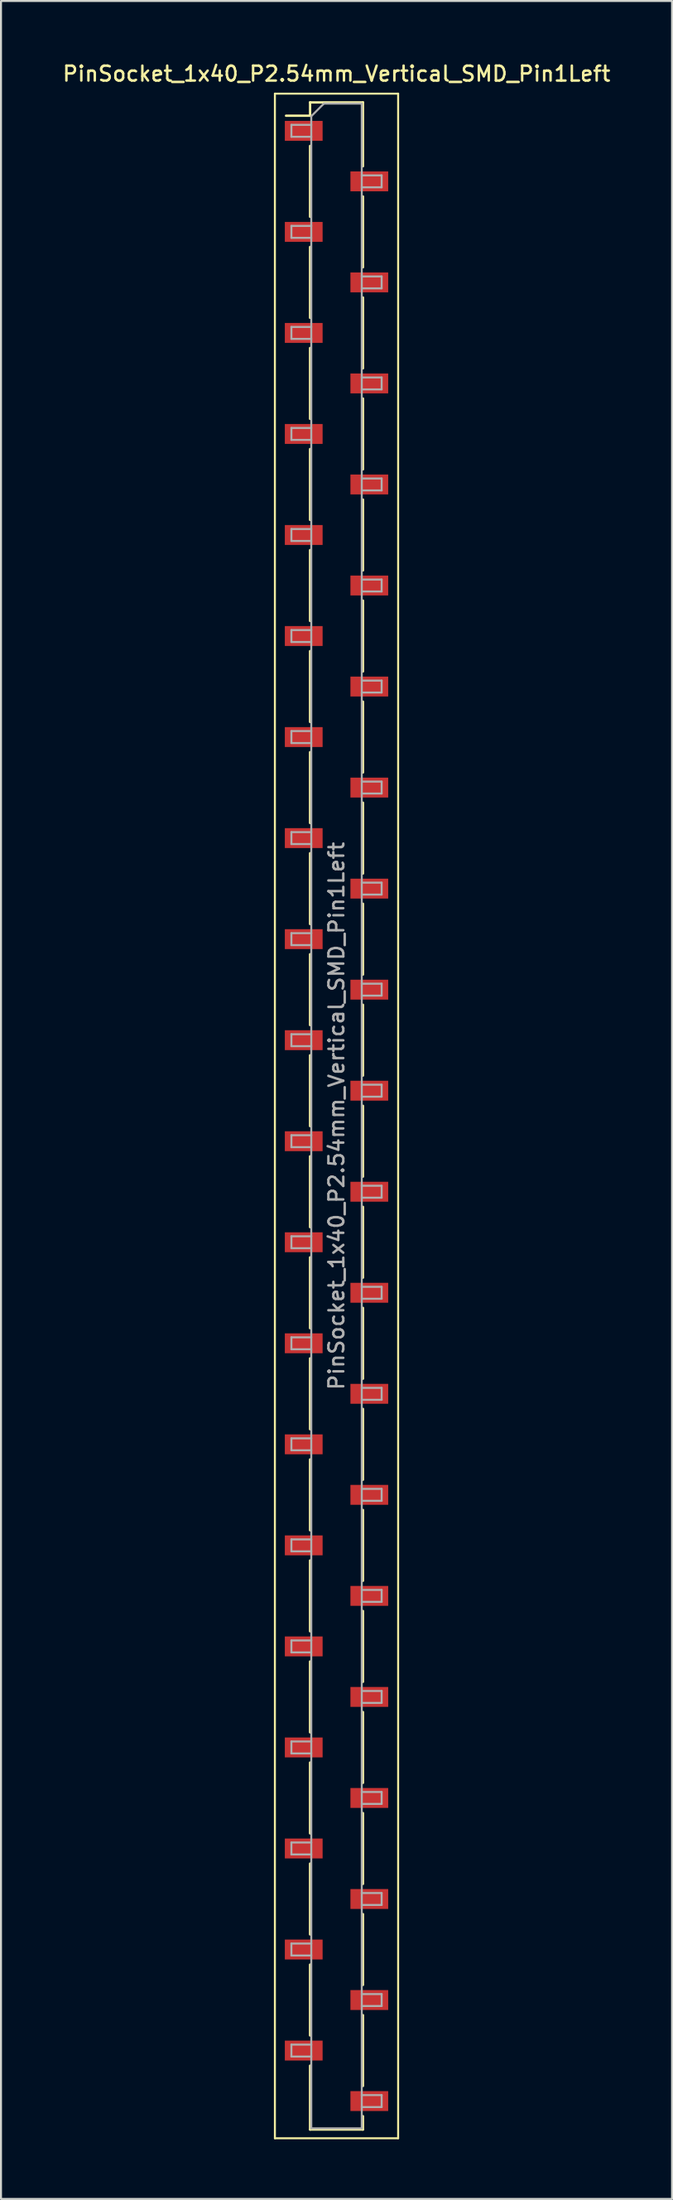
<source format=kicad_pcb>
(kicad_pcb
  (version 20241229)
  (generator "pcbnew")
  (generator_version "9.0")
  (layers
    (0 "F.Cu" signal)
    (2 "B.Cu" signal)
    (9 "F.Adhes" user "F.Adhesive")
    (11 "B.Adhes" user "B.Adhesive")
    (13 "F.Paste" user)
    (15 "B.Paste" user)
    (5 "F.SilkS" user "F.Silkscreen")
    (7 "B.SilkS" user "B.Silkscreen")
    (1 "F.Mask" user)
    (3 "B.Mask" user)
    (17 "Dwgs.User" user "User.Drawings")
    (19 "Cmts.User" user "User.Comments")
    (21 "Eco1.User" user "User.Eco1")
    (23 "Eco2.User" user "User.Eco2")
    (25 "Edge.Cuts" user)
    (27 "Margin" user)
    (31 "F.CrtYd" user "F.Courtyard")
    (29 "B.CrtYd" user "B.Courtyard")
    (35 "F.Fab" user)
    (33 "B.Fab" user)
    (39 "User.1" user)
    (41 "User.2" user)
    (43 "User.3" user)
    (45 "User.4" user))
  (footprint "PinSocket_1x40_P2.54mm_Vertical_SMD_Pin1Left"
    (layer "F.Cu")
    (at 13.88 53.058)
    (property "Reference" "PinSocket_1x40_P2.54mm_Vertical_SMD_Pin1Left" (at 0 -52.4 0) (layer "F.SilkS") (effects (font (size 0.75 0.75) (thickness 0.125))))
    (attr smd)
    (fp_line (start -3.1 -51.4) (end 3.1 -51.4) (stroke (width 0.1) (type solid)) (layer "F.SilkS"))
    (fp_line (start -3.1 51.4) (end -3.1 -51.4) (stroke (width 0.1) (type solid)) (layer "F.SilkS"))
    (fp_line (start -2.54 -50.29) (end -1.33 -50.29) (stroke (width 0.12) (type solid)) (layer "F.SilkS"))
    (fp_line (start -1.33 -50.96) (end -1.33 -50.29) (stroke (width 0.12) (type solid)) (layer "F.SilkS"))
    (fp_line (start -1.33 -50.96) (end 1.33 -50.96) (stroke (width 0.12) (type solid)) (layer "F.SilkS"))
    (fp_line (start -1.33 -48.77) (end -1.33 -45.21) (stroke (width 0.12) (type solid)) (layer "F.SilkS"))
    (fp_line (start -1.33 -43.69) (end -1.33 -40.13) (stroke (width 0.12) (type solid)) (layer "F.SilkS"))
    (fp_line (start -1.33 -38.61) (end -1.33 -35.05) (stroke (width 0.12) (type solid)) (layer "F.SilkS"))
    (fp_line (start -1.33 -33.53) (end -1.33 -29.97) (stroke (width 0.12) (type solid)) (layer "F.SilkS"))
    (fp_line (start -1.33 -28.45) (end -1.33 -24.89) (stroke (width 0.12) (type solid)) (layer "F.SilkS"))
    (fp_line (start -1.33 -23.37) (end -1.33 -19.81) (stroke (width 0.12) (type solid)) (layer "F.SilkS"))
    (fp_line (start -1.33 -18.29) (end -1.33 -14.73) (stroke (width 0.12) (type solid)) (layer "F.SilkS"))
    (fp_line (start -1.33 -13.21) (end -1.33 -9.65) (stroke (width 0.12) (type solid)) (layer "F.SilkS"))
    (fp_line (start -1.33 -8.13) (end -1.33 -4.57) (stroke (width 0.12) (type solid)) (layer "F.SilkS"))
    (fp_line (start -1.33 -3.05) (end -1.33 0.51) (stroke (width 0.12) (type solid)) (layer "F.SilkS"))
    (fp_line (start -1.33 2.03) (end -1.33 5.59) (stroke (width 0.12) (type solid)) (layer "F.SilkS"))
    (fp_line (start -1.33 7.11) (end -1.33 10.67) (stroke (width 0.12) (type solid)) (layer "F.SilkS"))
    (fp_line (start -1.33 12.19) (end -1.33 15.75) (stroke (width 0.12) (type solid)) (layer "F.SilkS"))
    (fp_line (start -1.33 17.27) (end -1.33 20.83) (stroke (width 0.12) (type solid)) (layer "F.SilkS"))
    (fp_line (start -1.33 22.35) (end -1.33 25.91) (stroke (width 0.12) (type solid)) (layer "F.SilkS"))
    (fp_line (start -1.33 27.43) (end -1.33 30.99) (stroke (width 0.12) (type solid)) (layer "F.SilkS"))
    (fp_line (start -1.33 32.51) (end -1.33 36.07) (stroke (width 0.12) (type solid)) (layer "F.SilkS"))
    (fp_line (start -1.33 37.59) (end -1.33 41.15) (stroke (width 0.12) (type solid)) (layer "F.SilkS"))
    (fp_line (start -1.33 42.67) (end -1.33 46.23) (stroke (width 0.12) (type solid)) (layer "F.SilkS"))
    (fp_line (start -1.33 47.75) (end -1.33 50.96) (stroke (width 0.12) (type solid)) (layer "F.SilkS"))
    (fp_line (start -1.33 50.96) (end 1.33 50.96) (stroke (width 0.12) (type solid)) (layer "F.SilkS"))
    (fp_line (start 1.33 -50.96) (end 1.33 -47.75) (stroke (width 0.12) (type solid)) (layer "F.SilkS"))
    (fp_line (start 1.33 -46.23) (end 1.33 -42.67) (stroke (width 0.12) (type solid)) (layer "F.SilkS"))
    (fp_line (start 1.33 -41.15) (end 1.33 -37.59) (stroke (width 0.12) (type solid)) (layer "F.SilkS"))
    (fp_line (start 1.33 -36.07) (end 1.33 -32.51) (stroke (width 0.12) (type solid)) (layer "F.SilkS"))
    (fp_line (start 1.33 -30.99) (end 1.33 -27.43) (stroke (width 0.12) (type solid)) (layer "F.SilkS"))
    (fp_line (start 1.33 -25.91) (end 1.33 -22.35) (stroke (width 0.12) (type solid)) (layer "F.SilkS"))
    (fp_line (start 1.33 -20.83) (end 1.33 -17.27) (stroke (width 0.12) (type solid)) (layer "F.SilkS"))
    (fp_line (start 1.33 -15.75) (end 1.33 -12.19) (stroke (width 0.12) (type solid)) (layer "F.SilkS"))
    (fp_line (start 1.33 -10.67) (end 1.33 -7.11) (stroke (width 0.12) (type solid)) (layer "F.SilkS"))
    (fp_line (start 1.33 -5.59) (end 1.33 -2.03) (stroke (width 0.12) (type solid)) (layer "F.SilkS"))
    (fp_line (start 1.33 -0.51) (end 1.33 3.05) (stroke (width 0.12) (type solid)) (layer "F.SilkS"))
    (fp_line (start 1.33 4.57) (end 1.33 8.13) (stroke (width 0.12) (type solid)) (layer "F.SilkS"))
    (fp_line (start 1.33 9.65) (end 1.33 13.21) (stroke (width 0.12) (type solid)) (layer "F.SilkS"))
    (fp_line (start 1.33 14.73) (end 1.33 18.29) (stroke (width 0.12) (type solid)) (layer "F.SilkS"))
    (fp_line (start 1.33 19.81) (end 1.33 23.37) (stroke (width 0.12) (type solid)) (layer "F.SilkS"))
    (fp_line (start 1.33 24.89) (end 1.33 28.45) (stroke (width 0.12) (type solid)) (layer "F.SilkS"))
    (fp_line (start 1.33 29.97) (end 1.33 33.53) (stroke (width 0.12) (type solid)) (layer "F.SilkS"))
    (fp_line (start 1.33 35.05) (end 1.33 38.61) (stroke (width 0.12) (type solid)) (layer "F.SilkS"))
    (fp_line (start 1.33 40.13) (end 1.33 43.69) (stroke (width 0.12) (type solid)) (layer "F.SilkS"))
    (fp_line (start 1.33 45.21) (end 1.33 48.77) (stroke (width 0.12) (type solid)) (layer "F.SilkS"))
    (fp_line (start 1.33 50.29) (end 1.33 50.96) (stroke (width 0.12) (type solid)) (layer "F.SilkS"))
    (fp_line (start 3.1 -51.4) (end 3.1 51.4) (stroke (width 0.1) (type solid)) (layer "F.SilkS"))
    (fp_line (start 3.1 51.4) (end -3.1 51.4) (stroke (width 0.1) (type solid)) (layer "F.SilkS"))
    (fp_line (start -2.27 -49.83) (end -1.27 -49.83) (stroke (width 0.1) (type solid)) (layer "F.Fab"))
    (fp_line (start -2.27 -49.23) (end -2.27 -49.83) (stroke (width 0.1) (type solid)) (layer "F.Fab"))
    (fp_line (start -2.27 -44.75) (end -1.27 -44.75) (stroke (width 0.1) (type solid)) (layer "F.Fab"))
    (fp_line (start -2.27 -44.15) (end -2.27 -44.75) (stroke (width 0.1) (type solid)) (layer "F.Fab"))
    (fp_line (start -2.27 -39.67) (end -1.27 -39.67) (stroke (width 0.1) (type solid)) (layer "F.Fab"))
    (fp_line (start -2.27 -39.07) (end -2.27 -39.67) (stroke (width 0.1) (type solid)) (layer "F.Fab"))
    (fp_line (start -2.27 -34.59) (end -1.27 -34.59) (stroke (width 0.1) (type solid)) (layer "F.Fab"))
    (fp_line (start -2.27 -33.99) (end -2.27 -34.59) (stroke (width 0.1) (type solid)) (layer "F.Fab"))
    (fp_line (start -2.27 -29.51) (end -1.27 -29.51) (stroke (width 0.1) (type solid)) (layer "F.Fab"))
    (fp_line (start -2.27 -28.91) (end -2.27 -29.51) (stroke (width 0.1) (type solid)) (layer "F.Fab"))
    (fp_line (start -2.27 -24.43) (end -1.27 -24.43) (stroke (width 0.1) (type solid)) (layer "F.Fab"))
    (fp_line (start -2.27 -23.83) (end -2.27 -24.43) (stroke (width 0.1) (type solid)) (layer "F.Fab"))
    (fp_line (start -2.27 -19.35) (end -1.27 -19.35) (stroke (width 0.1) (type solid)) (layer "F.Fab"))
    (fp_line (start -2.27 -18.75) (end -2.27 -19.35) (stroke (width 0.1) (type solid)) (layer "F.Fab"))
    (fp_line (start -2.27 -14.27) (end -1.27 -14.27) (stroke (width 0.1) (type solid)) (layer "F.Fab"))
    (fp_line (start -2.27 -13.67) (end -2.27 -14.27) (stroke (width 0.1) (type solid)) (layer "F.Fab"))
    (fp_line (start -2.27 -9.19) (end -1.27 -9.19) (stroke (width 0.1) (type solid)) (layer "F.Fab"))
    (fp_line (start -2.27 -8.59) (end -2.27 -9.19) (stroke (width 0.1) (type solid)) (layer "F.Fab"))
    (fp_line (start -2.27 -4.11) (end -1.27 -4.11) (stroke (width 0.1) (type solid)) (layer "F.Fab"))
    (fp_line (start -2.27 -3.51) (end -2.27 -4.11) (stroke (width 0.1) (type solid)) (layer "F.Fab"))
    (fp_line (start -2.27 0.97) (end -1.27 0.97) (stroke (width 0.1) (type solid)) (layer "F.Fab"))
    (fp_line (start -2.27 1.57) (end -2.27 0.97) (stroke (width 0.1) (type solid)) (layer "F.Fab"))
    (fp_line (start -2.27 6.05) (end -1.27 6.05) (stroke (width 0.1) (type solid)) (layer "F.Fab"))
    (fp_line (start -2.27 6.65) (end -2.27 6.05) (stroke (width 0.1) (type solid)) (layer "F.Fab"))
    (fp_line (start -2.27 11.13) (end -1.27 11.13) (stroke (width 0.1) (type solid)) (layer "F.Fab"))
    (fp_line (start -2.27 11.73) (end -2.27 11.13) (stroke (width 0.1) (type solid)) (layer "F.Fab"))
    (fp_line (start -2.27 16.21) (end -1.27 16.21) (stroke (width 0.1) (type solid)) (layer "F.Fab"))
    (fp_line (start -2.27 16.81) (end -2.27 16.21) (stroke (width 0.1) (type solid)) (layer "F.Fab"))
    (fp_line (start -2.27 21.29) (end -1.27 21.29) (stroke (width 0.1) (type solid)) (layer "F.Fab"))
    (fp_line (start -2.27 21.89) (end -2.27 21.29) (stroke (width 0.1) (type solid)) (layer "F.Fab"))
    (fp_line (start -2.27 26.37) (end -1.27 26.37) (stroke (width 0.1) (type solid)) (layer "F.Fab"))
    (fp_line (start -2.27 26.97) (end -2.27 26.37) (stroke (width 0.1) (type solid)) (layer "F.Fab"))
    (fp_line (start -2.27 31.45) (end -1.27 31.45) (stroke (width 0.1) (type solid)) (layer "F.Fab"))
    (fp_line (start -2.27 32.05) (end -2.27 31.45) (stroke (width 0.1) (type solid)) (layer "F.Fab"))
    (fp_line (start -2.27 36.53) (end -1.27 36.53) (stroke (width 0.1) (type solid)) (layer "F.Fab"))
    (fp_line (start -2.27 37.13) (end -2.27 36.53) (stroke (width 0.1) (type solid)) (layer "F.Fab"))
    (fp_line (start -2.27 41.61) (end -1.27 41.61) (stroke (width 0.1) (type solid)) (layer "F.Fab"))
    (fp_line (start -2.27 42.21) (end -2.27 41.61) (stroke (width 0.1) (type solid)) (layer "F.Fab"))
    (fp_line (start -2.27 46.69) (end -1.27 46.69) (stroke (width 0.1) (type solid)) (layer "F.Fab"))
    (fp_line (start -2.27 47.29) (end -2.27 46.69) (stroke (width 0.1) (type solid)) (layer "F.Fab"))
    (fp_line (start -1.27 -50.265) (end -0.635 -50.9) (stroke (width 0.1) (type solid)) (layer "F.Fab"))
    (fp_line (start -1.27 -49.23) (end -2.27 -49.23) (stroke (width 0.1) (type solid)) (layer "F.Fab"))
    (fp_line (start -1.27 -44.15) (end -2.27 -44.15) (stroke (width 0.1) (type solid)) (layer "F.Fab"))
    (fp_line (start -1.27 -39.07) (end -2.27 -39.07) (stroke (width 0.1) (type solid)) (layer "F.Fab"))
    (fp_line (start -1.27 -33.99) (end -2.27 -33.99) (stroke (width 0.1) (type solid)) (layer "F.Fab"))
    (fp_line (start -1.27 -28.91) (end -2.27 -28.91) (stroke (width 0.1) (type solid)) (layer "F.Fab"))
    (fp_line (start -1.27 -23.83) (end -2.27 -23.83) (stroke (width 0.1) (type solid)) (layer "F.Fab"))
    (fp_line (start -1.27 -18.75) (end -2.27 -18.75) (stroke (width 0.1) (type solid)) (layer "F.Fab"))
    (fp_line (start -1.27 -13.67) (end -2.27 -13.67) (stroke (width 0.1) (type solid)) (layer "F.Fab"))
    (fp_line (start -1.27 -8.59) (end -2.27 -8.59) (stroke (width 0.1) (type solid)) (layer "F.Fab"))
    (fp_line (start -1.27 -3.51) (end -2.27 -3.51) (stroke (width 0.1) (type solid)) (layer "F.Fab"))
    (fp_line (start -1.27 1.57) (end -2.27 1.57) (stroke (width 0.1) (type solid)) (layer "F.Fab"))
    (fp_line (start -1.27 6.65) (end -2.27 6.65) (stroke (width 0.1) (type solid)) (layer "F.Fab"))
    (fp_line (start -1.27 11.73) (end -2.27 11.73) (stroke (width 0.1) (type solid)) (layer "F.Fab"))
    (fp_line (start -1.27 16.81) (end -2.27 16.81) (stroke (width 0.1) (type solid)) (layer "F.Fab"))
    (fp_line (start -1.27 21.89) (end -2.27 21.89) (stroke (width 0.1) (type solid)) (layer "F.Fab"))
    (fp_line (start -1.27 26.97) (end -2.27 26.97) (stroke (width 0.1) (type solid)) (layer "F.Fab"))
    (fp_line (start -1.27 32.05) (end -2.27 32.05) (stroke (width 0.1) (type solid)) (layer "F.Fab"))
    (fp_line (start -1.27 37.13) (end -2.27 37.13) (stroke (width 0.1) (type solid)) (layer "F.Fab"))
    (fp_line (start -1.27 42.21) (end -2.27 42.21) (stroke (width 0.1) (type solid)) (layer "F.Fab"))
    (fp_line (start -1.27 47.29) (end -2.27 47.29) (stroke (width 0.1) (type solid)) (layer "F.Fab"))
    (fp_line (start -1.27 50.9) (end -1.27 -50.265) (stroke (width 0.1) (type solid)) (layer "F.Fab"))
    (fp_line (start -0.635 -50.9) (end 1.27 -50.9) (stroke (width 0.1) (type solid)) (layer "F.Fab"))
    (fp_line (start 1.27 -50.9) (end 1.27 50.9) (stroke (width 0.1) (type solid)) (layer "F.Fab"))
    (fp_line (start 1.27 -47.29) (end 2.27 -47.29) (stroke (width 0.1) (type solid)) (layer "F.Fab"))
    (fp_line (start 1.27 -42.21) (end 2.27 -42.21) (stroke (width 0.1) (type solid)) (layer "F.Fab"))
    (fp_line (start 1.27 -37.13) (end 2.27 -37.13) (stroke (width 0.1) (type solid)) (layer "F.Fab"))
    (fp_line (start 1.27 -32.05) (end 2.27 -32.05) (stroke (width 0.1) (type solid)) (layer "F.Fab"))
    (fp_line (start 1.27 -26.97) (end 2.27 -26.97) (stroke (width 0.1) (type solid)) (layer "F.Fab"))
    (fp_line (start 1.27 -21.89) (end 2.27 -21.89) (stroke (width 0.1) (type solid)) (layer "F.Fab"))
    (fp_line (start 1.27 -16.81) (end 2.27 -16.81) (stroke (width 0.1) (type solid)) (layer "F.Fab"))
    (fp_line (start 1.27 -11.73) (end 2.27 -11.73) (stroke (width 0.1) (type solid)) (layer "F.Fab"))
    (fp_line (start 1.27 -6.65) (end 2.27 -6.65) (stroke (width 0.1) (type solid)) (layer "F.Fab"))
    (fp_line (start 1.27 -1.57) (end 2.27 -1.57) (stroke (width 0.1) (type solid)) (layer "F.Fab"))
    (fp_line (start 1.27 3.51) (end 2.27 3.51) (stroke (width 0.1) (type solid)) (layer "F.Fab"))
    (fp_line (start 1.27 8.59) (end 2.27 8.59) (stroke (width 0.1) (type solid)) (layer "F.Fab"))
    (fp_line (start 1.27 13.67) (end 2.27 13.67) (stroke (width 0.1) (type solid)) (layer "F.Fab"))
    (fp_line (start 1.27 18.75) (end 2.27 18.75) (stroke (width 0.1) (type solid)) (layer "F.Fab"))
    (fp_line (start 1.27 23.83) (end 2.27 23.83) (stroke (width 0.1) (type solid)) (layer "F.Fab"))
    (fp_line (start 1.27 28.91) (end 2.27 28.91) (stroke (width 0.1) (type solid)) (layer "F.Fab"))
    (fp_line (start 1.27 33.99) (end 2.27 33.99) (stroke (width 0.1) (type solid)) (layer "F.Fab"))
    (fp_line (start 1.27 39.07) (end 2.27 39.07) (stroke (width 0.1) (type solid)) (layer "F.Fab"))
    (fp_line (start 1.27 44.15) (end 2.27 44.15) (stroke (width 0.1) (type solid)) (layer "F.Fab"))
    (fp_line (start 1.27 49.23) (end 2.27 49.23) (stroke (width 0.1) (type solid)) (layer "F.Fab"))
    (fp_line (start 1.27 50.9) (end -1.27 50.9) (stroke (width 0.1) (type solid)) (layer "F.Fab"))
    (fp_line (start 2.27 -47.29) (end 2.27 -46.69) (stroke (width 0.1) (type solid)) (layer "F.Fab"))
    (fp_line (start 2.27 -46.69) (end 1.27 -46.69) (stroke (width 0.1) (type solid)) (layer "F.Fab"))
    (fp_line (start 2.27 -42.21) (end 2.27 -41.61) (stroke (width 0.1) (type solid)) (layer "F.Fab"))
    (fp_line (start 2.27 -41.61) (end 1.27 -41.61) (stroke (width 0.1) (type solid)) (layer "F.Fab"))
    (fp_line (start 2.27 -37.13) (end 2.27 -36.53) (stroke (width 0.1) (type solid)) (layer "F.Fab"))
    (fp_line (start 2.27 -36.53) (end 1.27 -36.53) (stroke (width 0.1) (type solid)) (layer "F.Fab"))
    (fp_line (start 2.27 -32.05) (end 2.27 -31.45) (stroke (width 0.1) (type solid)) (layer "F.Fab"))
    (fp_line (start 2.27 -31.45) (end 1.27 -31.45) (stroke (width 0.1) (type solid)) (layer "F.Fab"))
    (fp_line (start 2.27 -26.97) (end 2.27 -26.37) (stroke (width 0.1) (type solid)) (layer "F.Fab"))
    (fp_line (start 2.27 -26.37) (end 1.27 -26.37) (stroke (width 0.1) (type solid)) (layer "F.Fab"))
    (fp_line (start 2.27 -21.89) (end 2.27 -21.29) (stroke (width 0.1) (type solid)) (layer "F.Fab"))
    (fp_line (start 2.27 -21.29) (end 1.27 -21.29) (stroke (width 0.1) (type solid)) (layer "F.Fab"))
    (fp_line (start 2.27 -16.81) (end 2.27 -16.21) (stroke (width 0.1) (type solid)) (layer "F.Fab"))
    (fp_line (start 2.27 -16.21) (end 1.27 -16.21) (stroke (width 0.1) (type solid)) (layer "F.Fab"))
    (fp_line (start 2.27 -11.73) (end 2.27 -11.13) (stroke (width 0.1) (type solid)) (layer "F.Fab"))
    (fp_line (start 2.27 -11.13) (end 1.27 -11.13) (stroke (width 0.1) (type solid)) (layer "F.Fab"))
    (fp_line (start 2.27 -6.65) (end 2.27 -6.05) (stroke (width 0.1) (type solid)) (layer "F.Fab"))
    (fp_line (start 2.27 -6.05) (end 1.27 -6.05) (stroke (width 0.1) (type solid)) (layer "F.Fab"))
    (fp_line (start 2.27 -1.57) (end 2.27 -0.97) (stroke (width 0.1) (type solid)) (layer "F.Fab"))
    (fp_line (start 2.27 -0.97) (end 1.27 -0.97) (stroke (width 0.1) (type solid)) (layer "F.Fab"))
    (fp_line (start 2.27 3.51) (end 2.27 4.11) (stroke (width 0.1) (type solid)) (layer "F.Fab"))
    (fp_line (start 2.27 4.11) (end 1.27 4.11) (stroke (width 0.1) (type solid)) (layer "F.Fab"))
    (fp_line (start 2.27 8.59) (end 2.27 9.19) (stroke (width 0.1) (type solid)) (layer "F.Fab"))
    (fp_line (start 2.27 9.19) (end 1.27 9.19) (stroke (width 0.1) (type solid)) (layer "F.Fab"))
    (fp_line (start 2.27 13.67) (end 2.27 14.27) (stroke (width 0.1) (type solid)) (layer "F.Fab"))
    (fp_line (start 2.27 14.27) (end 1.27 14.27) (stroke (width 0.1) (type solid)) (layer "F.Fab"))
    (fp_line (start 2.27 18.75) (end 2.27 19.35) (stroke (width 0.1) (type solid)) (layer "F.Fab"))
    (fp_line (start 2.27 19.35) (end 1.27 19.35) (stroke (width 0.1) (type solid)) (layer "F.Fab"))
    (fp_line (start 2.27 23.83) (end 2.27 24.43) (stroke (width 0.1) (type solid)) (layer "F.Fab"))
    (fp_line (start 2.27 24.43) (end 1.27 24.43) (stroke (width 0.1) (type solid)) (layer "F.Fab"))
    (fp_line (start 2.27 28.91) (end 2.27 29.51) (stroke (width 0.1) (type solid)) (layer "F.Fab"))
    (fp_line (start 2.27 29.51) (end 1.27 29.51) (stroke (width 0.1) (type solid)) (layer "F.Fab"))
    (fp_line (start 2.27 33.99) (end 2.27 34.59) (stroke (width 0.1) (type solid)) (layer "F.Fab"))
    (fp_line (start 2.27 34.59) (end 1.27 34.59) (stroke (width 0.1) (type solid)) (layer "F.Fab"))
    (fp_line (start 2.27 39.07) (end 2.27 39.67) (stroke (width 0.1) (type solid)) (layer "F.Fab"))
    (fp_line (start 2.27 39.67) (end 1.27 39.67) (stroke (width 0.1) (type solid)) (layer "F.Fab"))
    (fp_line (start 2.27 44.15) (end 2.27 44.75) (stroke (width 0.1) (type solid)) (layer "F.Fab"))
    (fp_line (start 2.27 44.75) (end 1.27 44.75) (stroke (width 0.1) (type solid)) (layer "F.Fab"))
    (fp_line (start 2.27 49.23) (end 2.27 49.83) (stroke (width 0.1) (type solid)) (layer "F.Fab"))
    (fp_line (start 2.27 49.83) (end 1.27 49.83) (stroke (width 0.1) (type solid)) (layer "F.Fab"))
    (fp_text user "${REFERENCE}" (at 0 0 90) (layer "F.Fab") (effects (font (size 0.75 0.75) (thickness 0.125))))
    (pad "1" smd rect (at -1.65 -49.53) (size 1.9 1) (layers "F.Cu" "F.Mask" "F.Paste"))
    (pad "2" smd rect (at 1.65 -46.99) (size 1.9 1) (layers "F.Cu" "F.Mask" "F.Paste"))
    (pad "3" smd rect (at -1.65 -44.45) (size 1.9 1) (layers "F.Cu" "F.Mask" "F.Paste"))
    (pad "4" smd rect (at 1.65 -41.91) (size 1.9 1) (layers "F.Cu" "F.Mask" "F.Paste"))
    (pad "5" smd rect (at -1.65 -39.37) (size 1.9 1) (layers "F.Cu" "F.Mask" "F.Paste"))
    (pad "6" smd rect (at 1.65 -36.83) (size 1.9 1) (layers "F.Cu" "F.Mask" "F.Paste"))
    (pad "7" smd rect (at -1.65 -34.29) (size 1.9 1) (layers "F.Cu" "F.Mask" "F.Paste"))
    (pad "8" smd rect (at 1.65 -31.75) (size 1.9 1) (layers "F.Cu" "F.Mask" "F.Paste"))
    (pad "9" smd rect (at -1.65 -29.21) (size 1.9 1) (layers "F.Cu" "F.Mask" "F.Paste"))
    (pad "10" smd rect (at 1.65 -26.67) (size 1.9 1) (layers "F.Cu" "F.Mask" "F.Paste"))
    (pad "11" smd rect (at -1.65 -24.13) (size 1.9 1) (layers "F.Cu" "F.Mask" "F.Paste"))
    (pad "12" smd rect (at 1.65 -21.59) (size 1.9 1) (layers "F.Cu" "F.Mask" "F.Paste"))
    (pad "13" smd rect (at -1.65 -19.05) (size 1.9 1) (layers "F.Cu" "F.Mask" "F.Paste"))
    (pad "14" smd rect (at 1.65 -16.51) (size 1.9 1) (layers "F.Cu" "F.Mask" "F.Paste"))
    (pad "15" smd rect (at -1.65 -13.97) (size 1.9 1) (layers "F.Cu" "F.Mask" "F.Paste"))
    (pad "16" smd rect (at 1.65 -11.43) (size 1.9 1) (layers "F.Cu" "F.Mask" "F.Paste"))
    (pad "17" smd rect (at -1.65 -8.89) (size 1.9 1) (layers "F.Cu" "F.Mask" "F.Paste"))
    (pad "18" smd rect (at 1.65 -6.35) (size 1.9 1) (layers "F.Cu" "F.Mask" "F.Paste"))
    (pad "19" smd rect (at -1.65 -3.81) (size 1.9 1) (layers "F.Cu" "F.Mask" "F.Paste"))
    (pad "20" smd rect (at 1.65 -1.27) (size 1.9 1) (layers "F.Cu" "F.Mask" "F.Paste"))
    (pad "21" smd rect (at -1.65 1.27) (size 1.9 1) (layers "F.Cu" "F.Mask" "F.Paste"))
    (pad "22" smd rect (at 1.65 3.81) (size 1.9 1) (layers "F.Cu" "F.Mask" "F.Paste"))
    (pad "23" smd rect (at -1.65 6.35) (size 1.9 1) (layers "F.Cu" "F.Mask" "F.Paste"))
    (pad "24" smd rect (at 1.65 8.89) (size 1.9 1) (layers "F.Cu" "F.Mask" "F.Paste"))
    (pad "25" smd rect (at -1.65 11.43) (size 1.9 1) (layers "F.Cu" "F.Mask" "F.Paste"))
    (pad "26" smd rect (at 1.65 13.97) (size 1.9 1) (layers "F.Cu" "F.Mask" "F.Paste"))
    (pad "27" smd rect (at -1.65 16.51) (size 1.9 1) (layers "F.Cu" "F.Mask" "F.Paste"))
    (pad "28" smd rect (at 1.65 19.05) (size 1.9 1) (layers "F.Cu" "F.Mask" "F.Paste"))
    (pad "29" smd rect (at -1.65 21.59) (size 1.9 1) (layers "F.Cu" "F.Mask" "F.Paste"))
    (pad "30" smd rect (at 1.65 24.13) (size 1.9 1) (layers "F.Cu" "F.Mask" "F.Paste"))
    (pad "31" smd rect (at -1.65 26.67) (size 1.9 1) (layers "F.Cu" "F.Mask" "F.Paste"))
    (pad "32" smd rect (at 1.65 29.21) (size 1.9 1) (layers "F.Cu" "F.Mask" "F.Paste"))
    (pad "33" smd rect (at -1.65 31.75) (size 1.9 1) (layers "F.Cu" "F.Mask" "F.Paste"))
    (pad "34" smd rect (at 1.65 34.29) (size 1.9 1) (layers "F.Cu" "F.Mask" "F.Paste"))
    (pad "35" smd rect (at -1.65 36.83) (size 1.9 1) (layers "F.Cu" "F.Mask" "F.Paste"))
    (pad "36" smd rect (at 1.65 39.37) (size 1.9 1) (layers "F.Cu" "F.Mask" "F.Paste"))
    (pad "37" smd rect (at -1.65 41.91) (size 1.9 1) (layers "F.Cu" "F.Mask" "F.Paste"))
    (pad "38" smd rect (at 1.65 44.45) (size 1.9 1) (layers "F.Cu" "F.Mask" "F.Paste"))
    (pad "39" smd rect (at -1.65 46.99) (size 1.9 1) (layers "F.Cu" "F.Mask" "F.Paste"))
    (pad "40" smd rect (at 1.65 49.53) (size 1.9 1) (layers "F.Cu" "F.Mask" "F.Paste")))
  (gr_rect
    (start -3 -3)
    (end 30.761 107.508)
    (stroke (width 0.1) (type default))
    (fill no)
    (layer "Edge.Cuts")))
</source>
